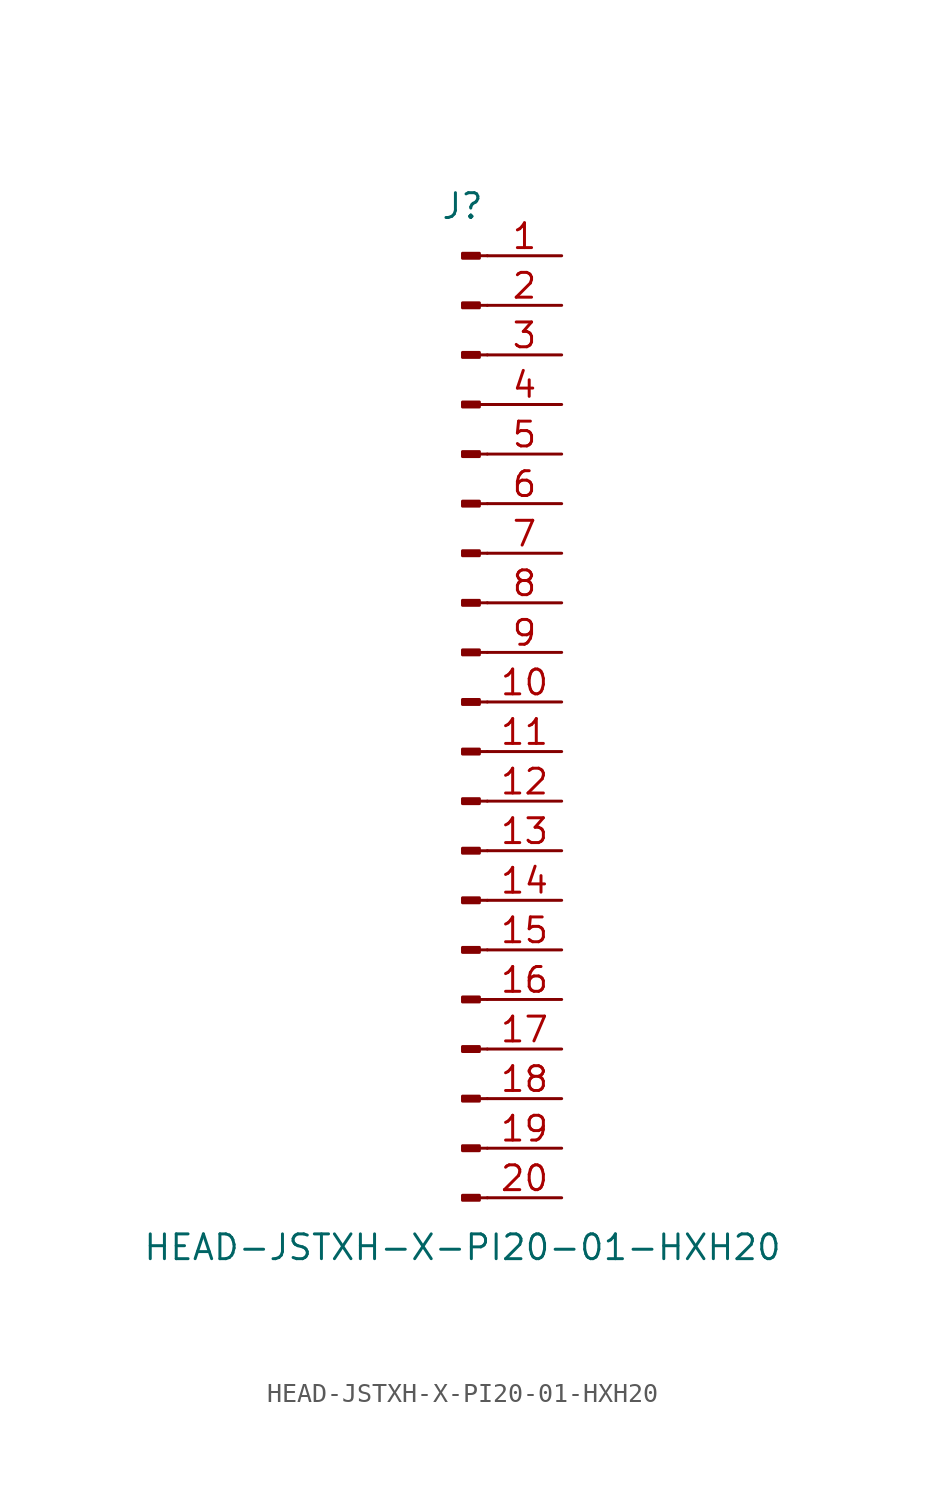
<source format=kicad_sym>
(kicad_symbol_lib
  (version 20211014)
  (generator kicad_symbol_editor)
  (symbol "HEAD-JSTXH-X-PI20-01-HXH20"
    (pin_names
      (offset 1.016) hide)
    (property "Reference" "J"
      (at 0 25.4 0)
      (effects (font (size 1.27 1.27))))
    (property "Value" "HEAD-JSTXH-X-PI20-01-HXH20"
      (at 0 -27.94 0)
      (effects (font (size 1.27 1.27))))
    (symbol "HEAD-JSTXH-X-PI20-01-HXH20_1_1"
      (polyline (pts (xy 1.27 -25.4) (xy 0.864 -25.4)) (stroke (width 0.152) (type default) (color 0 0 0 0)) (fill (type none)))
      (polyline (pts (xy 1.27 -22.86) (xy 0.864 -22.86)) (stroke (width 0.152) (type default) (color 0 0 0 0)) (fill (type none)))
      (polyline (pts (xy 1.27 -20.32) (xy 0.864 -20.32)) (stroke (width 0.152) (type default) (color 0 0 0 0)) (fill (type none)))
      (polyline (pts (xy 1.27 -17.78) (xy 0.864 -17.78)) (stroke (width 0.152) (type default) (color 0 0 0 0)) (fill (type none)))
      (polyline (pts (xy 1.27 -15.24) (xy 0.864 -15.24)) (stroke (width 0.152) (type default) (color 0 0 0 0)) (fill (type none)))
      (polyline (pts (xy 1.27 -12.7) (xy 0.864 -12.7)) (stroke (width 0.152) (type default) (color 0 0 0 0)) (fill (type none)))
      (polyline (pts (xy 1.27 -10.16) (xy 0.864 -10.16)) (stroke (width 0.152) (type default) (color 0 0 0 0)) (fill (type none)))
      (polyline (pts (xy 1.27 -7.62) (xy 0.864 -7.62)) (stroke (width 0.152) (type default) (color 0 0 0 0)) (fill (type none)))
      (polyline (pts (xy 1.27 -5.08) (xy 0.864 -5.08)) (stroke (width 0.152) (type default) (color 0 0 0 0)) (fill (type none)))
      (polyline (pts (xy 1.27 -2.54) (xy 0.864 -2.54)) (stroke (width 0.152) (type default) (color 0 0 0 0)) (fill (type none)))
      (polyline (pts (xy 1.27 0) (xy 0.864 0)) (stroke (width 0.152) (type default) (color 0 0 0 0)) (fill (type none)))
      (polyline (pts (xy 1.27 2.54) (xy 0.864 2.54)) (stroke (width 0.152) (type default) (color 0 0 0 0)) (fill (type none)))
      (polyline (pts (xy 1.27 5.08) (xy 0.864 5.08)) (stroke (width 0.152) (type default) (color 0 0 0 0)) (fill (type none)))
      (polyline (pts (xy 1.27 7.62) (xy 0.864 7.62)) (stroke (width 0.152) (type default) (color 0 0 0 0)) (fill (type none)))
      (polyline (pts (xy 1.27 10.16) (xy 0.864 10.16)) (stroke (width 0.152) (type default) (color 0 0 0 0)) (fill (type none)))
      (polyline (pts (xy 1.27 12.7) (xy 0.864 12.7)) (stroke (width 0.152) (type default) (color 0 0 0 0)) (fill (type none)))
      (polyline (pts (xy 1.27 15.24) (xy 0.864 15.24)) (stroke (width 0.152) (type default) (color 0 0 0 0)) (fill (type none)))
      (polyline (pts (xy 1.27 17.78) (xy 0.864 17.78)) (stroke (width 0.152) (type default) (color 0 0 0 0)) (fill (type none)))
      (polyline (pts (xy 1.27 20.32) (xy 0.864 20.32)) (stroke (width 0.152) (type default) (color 0 0 0 0)) (fill (type none)))
      (polyline (pts (xy 1.27 22.86) (xy 0.864 22.86)) (stroke (width 0.152) (type default) (color 0 0 0 0)) (fill (type none)))
      (rectangle (start 0.864 -25.273) (end 0 -25.527) (stroke (width 0.152) (type default) (color 0 0 0 0)) (fill (type outline)))
      (rectangle (start 0.864 -22.733) (end 0 -22.987) (stroke (width 0.152) (type default) (color 0 0 0 0)) (fill (type outline)))
      (rectangle (start 0.864 -20.193) (end 0 -20.447) (stroke (width 0.152) (type default) (color 0 0 0 0)) (fill (type outline)))
      (rectangle (start 0.864 -17.653) (end 0 -17.907) (stroke (width 0.152) (type default) (color 0 0 0 0)) (fill (type outline)))
      (rectangle (start 0.864 -15.113) (end 0 -15.367) (stroke (width 0.152) (type default) (color 0 0 0 0)) (fill (type outline)))
      (rectangle (start 0.864 -12.573) (end 0 -12.827) (stroke (width 0.152) (type default) (color 0 0 0 0)) (fill (type outline)))
      (rectangle (start 0.864 -10.033) (end 0 -10.287) (stroke (width 0.152) (type default) (color 0 0 0 0)) (fill (type outline)))
      (rectangle (start 0.864 -7.493) (end 0 -7.747) (stroke (width 0.152) (type default) (color 0 0 0 0)) (fill (type outline)))
      (rectangle (start 0.864 -4.953) (end 0 -5.207) (stroke (width 0.152) (type default) (color 0 0 0 0)) (fill (type outline)))
      (rectangle (start 0.864 -2.413) (end 0 -2.667) (stroke (width 0.152) (type default) (color 0 0 0 0)) (fill (type outline)))
      (rectangle (start 0.864 0.127) (end 0 -0.127) (stroke (width 0.152) (type default) (color 0 0 0 0)) (fill (type outline)))
      (rectangle (start 0.864 2.667) (end 0 2.413) (stroke (width 0.152) (type default) (color 0 0 0 0)) (fill (type outline)))
      (rectangle (start 0.864 5.207) (end 0 4.953) (stroke (width 0.152) (type default) (color 0 0 0 0)) (fill (type outline)))
      (rectangle (start 0.864 7.747) (end 0 7.493) (stroke (width 0.152) (type default) (color 0 0 0 0)) (fill (type outline)))
      (rectangle (start 0.864 10.287) (end 0 10.033) (stroke (width 0.152) (type default) (color 0 0 0 0)) (fill (type outline)))
      (rectangle (start 0.864 12.827) (end 0 12.573) (stroke (width 0.152) (type default) (color 0 0 0 0)) (fill (type outline)))
      (rectangle (start 0.864 15.367) (end 0 15.113) (stroke (width 0.152) (type default) (color 0 0 0 0)) (fill (type outline)))
      (rectangle (start 0.864 17.907) (end 0 17.653) (stroke (width 0.152) (type default) (color 0 0 0 0)) (fill (type outline)))
      (rectangle (start 0.864 20.447) (end 0 20.193) (stroke (width 0.152) (type default) (color 0 0 0 0)) (fill (type outline)))
      (rectangle (start 0.864 22.987) (end 0 22.733) (stroke (width 0.152) (type default) (color 0 0 0 0)) (fill (type outline)))
      (pin passive line (at 5.08 22.86 180) (length 3.81) (name "Pin_1" (effects (font (size 1.27 1.27)))) (number "1" (effects (font (size 1.27 1.27)))))
      (pin passive line (at 5.08 0 180) (length 3.81) (name "Pin_10" (effects (font (size 1.27 1.27)))) (number "10" (effects (font (size 1.27 1.27)))))
      (pin passive line (at 5.08 -2.54 180) (length 3.81) (name "Pin_11" (effects (font (size 1.27 1.27)))) (number "11" (effects (font (size 1.27 1.27)))))
      (pin passive line (at 5.08 -5.08 180) (length 3.81) (name "Pin_12" (effects (font (size 1.27 1.27)))) (number "12" (effects (font (size 1.27 1.27)))))
      (pin passive line (at 5.08 -7.62 180) (length 3.81) (name "Pin_13" (effects (font (size 1.27 1.27)))) (number "13" (effects (font (size 1.27 1.27)))))
      (pin passive line (at 5.08 -10.16 180) (length 3.81) (name "Pin_14" (effects (font (size 1.27 1.27)))) (number "14" (effects (font (size 1.27 1.27)))))
      (pin passive line (at 5.08 -12.7 180) (length 3.81) (name "Pin_15" (effects (font (size 1.27 1.27)))) (number "15" (effects (font (size 1.27 1.27)))))
      (pin passive line (at 5.08 -15.24 180) (length 3.81) (name "Pin_16" (effects (font (size 1.27 1.27)))) (number "16" (effects (font (size 1.27 1.27)))))
      (pin passive line (at 5.08 -17.78 180) (length 3.81) (name "Pin_17" (effects (font (size 1.27 1.27)))) (number "17" (effects (font (size 1.27 1.27)))))
      (pin passive line (at 5.08 -20.32 180) (length 3.81) (name "Pin_18" (effects (font (size 1.27 1.27)))) (number "18" (effects (font (size 1.27 1.27)))))
      (pin passive line (at 5.08 -22.86 180) (length 3.81) (name "Pin_19" (effects (font (size 1.27 1.27)))) (number "19" (effects (font (size 1.27 1.27)))))
      (pin passive line (at 5.08 20.32 180) (length 3.81) (name "Pin_2" (effects (font (size 1.27 1.27)))) (number "2" (effects (font (size 1.27 1.27)))))
      (pin passive line (at 5.08 -25.4 180) (length 3.81) (name "Pin_20" (effects (font (size 1.27 1.27)))) (number "20" (effects (font (size 1.27 1.27)))))
      (pin passive line (at 5.08 17.78 180) (length 3.81) (name "Pin_3" (effects (font (size 1.27 1.27)))) (number "3" (effects (font (size 1.27 1.27)))))
      (pin passive line (at 5.08 15.24 180) (length 3.81) (name "Pin_4" (effects (font (size 1.27 1.27)))) (number "4" (effects (font (size 1.27 1.27)))))
      (pin passive line (at 5.08 12.7 180) (length 3.81) (name "Pin_5" (effects (font (size 1.27 1.27)))) (number "5" (effects (font (size 1.27 1.27)))))
      (pin passive line (at 5.08 10.16 180) (length 3.81) (name "Pin_6" (effects (font (size 1.27 1.27)))) (number "6" (effects (font (size 1.27 1.27)))))
      (pin passive line (at 5.08 7.62 180) (length 3.81) (name "Pin_7" (effects (font (size 1.27 1.27)))) (number "7" (effects (font (size 1.27 1.27)))))
      (pin passive line (at 5.08 5.08 180) (length 3.81) (name "Pin_8" (effects (font (size 1.27 1.27)))) (number "8" (effects (font (size 1.27 1.27)))))
      (pin passive line (at 5.08 2.54 180) (length 3.81) (name "Pin_9" (effects (font (size 1.27 1.27)))) (number "9" (effects (font (size 1.27 1.27))))))))
</source>
